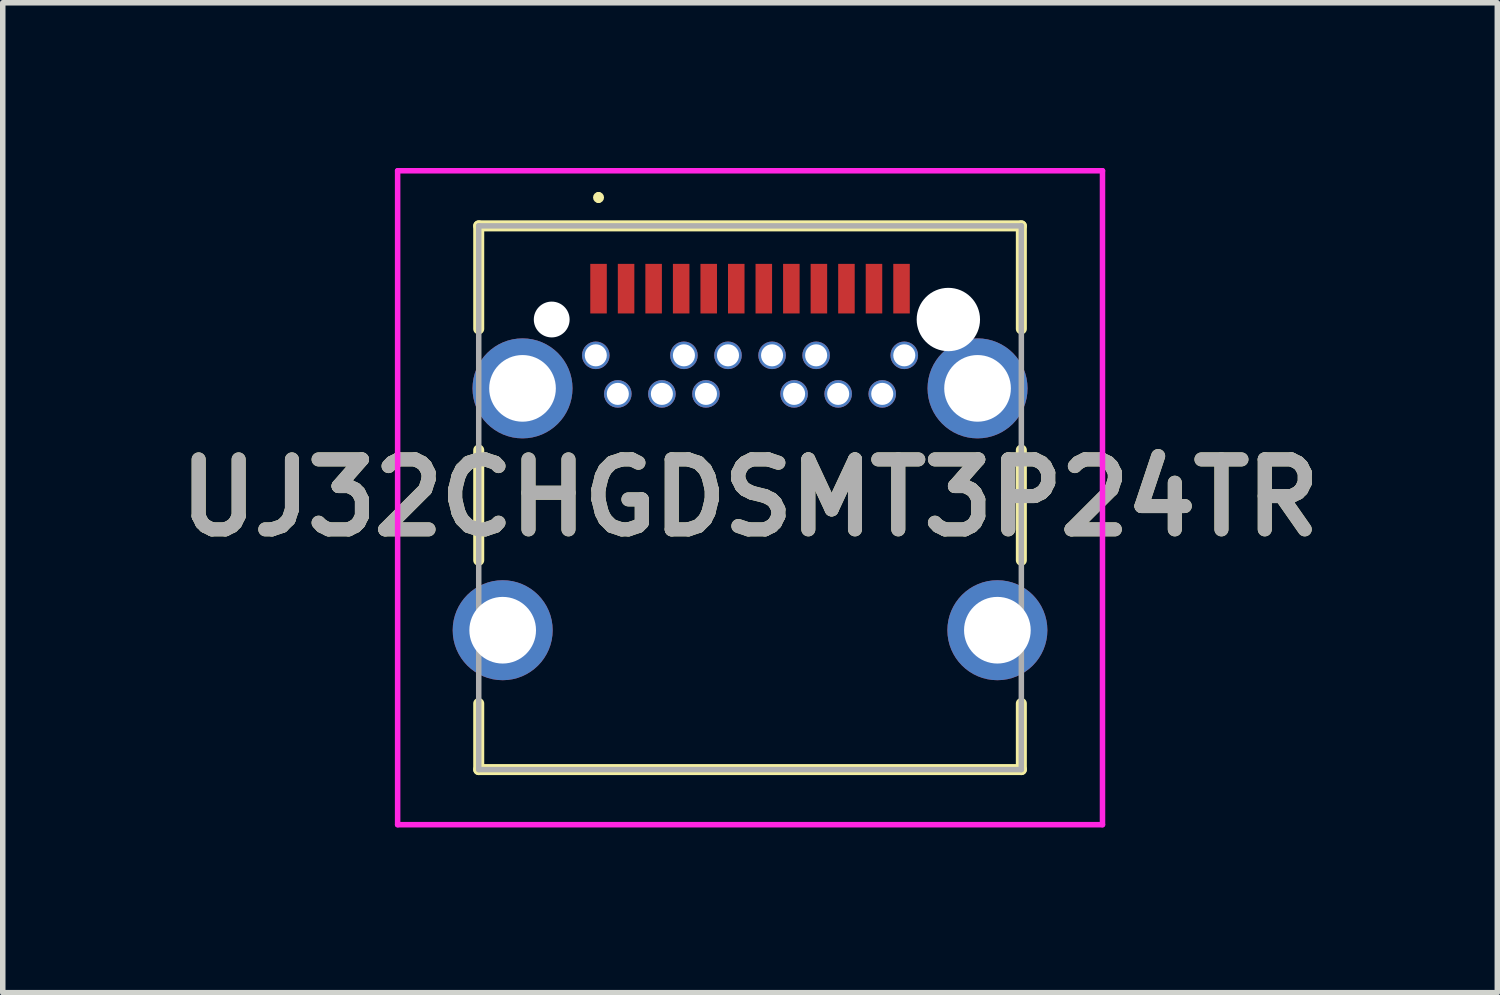
<source format=kicad_pcb>
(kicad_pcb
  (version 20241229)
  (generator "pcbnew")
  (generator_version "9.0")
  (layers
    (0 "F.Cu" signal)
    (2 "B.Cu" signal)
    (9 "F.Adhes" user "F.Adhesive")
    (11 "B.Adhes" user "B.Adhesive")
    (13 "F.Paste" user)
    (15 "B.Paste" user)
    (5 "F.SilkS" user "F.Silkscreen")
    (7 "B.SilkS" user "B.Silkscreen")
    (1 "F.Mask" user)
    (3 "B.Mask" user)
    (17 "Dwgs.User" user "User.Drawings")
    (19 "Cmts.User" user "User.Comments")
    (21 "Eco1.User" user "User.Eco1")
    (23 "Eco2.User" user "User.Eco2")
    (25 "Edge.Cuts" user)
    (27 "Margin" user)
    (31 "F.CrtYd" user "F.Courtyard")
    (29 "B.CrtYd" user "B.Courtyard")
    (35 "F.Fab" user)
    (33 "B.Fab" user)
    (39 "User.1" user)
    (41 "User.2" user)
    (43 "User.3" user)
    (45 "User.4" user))
  (footprint "UJ32CHGDSMT3P24TR"
    (layer "F.Cu")
    (at 10.565 5.985)
    (property "Reference" "UJ32CHGDSMT3P24TR" (at 0 0 0) (layer "F.SilkS") (effects (font (size 1.27 1.27) (thickness 0.254))))
    (attr through_hole)
    (fp_line (start -4.925 -4.935) (end 4.925 -4.935) (stroke (width 0.2) (type solid)) (layer "F.SilkS"))
    (fp_line (start -4.925 -3.065) (end -4.925 -4.935) (stroke (width 0.2) (type solid)) (layer "F.SilkS"))
    (fp_line (start -4.925 -0.865) (end -4.925 1.135) (stroke (width 0.2) (type solid)) (layer "F.SilkS"))
    (fp_line (start -4.925 4.935) (end -4.925 3.735) (stroke (width 0.2) (type solid)) (layer "F.SilkS"))
    (fp_line (start -2.75 -5.5) (end -2.75 -5.5) (stroke (width 0.1) (type solid)) (layer "F.SilkS"))
    (fp_line (start -2.75 -5.4) (end -2.75 -5.4) (stroke (width 0.1) (type solid)) (layer "F.SilkS"))
    (fp_line (start 4.925 -4.935) (end 4.925 -3.065) (stroke (width 0.2) (type solid)) (layer "F.SilkS"))
    (fp_line (start 4.925 -0.865) (end 4.925 1.135) (stroke (width 0.2) (type solid)) (layer "F.SilkS"))
    (fp_line (start 4.925 3.735) (end 4.925 4.935) (stroke (width 0.2) (type solid)) (layer "F.SilkS"))
    (fp_line (start 4.925 4.935) (end -4.925 4.935) (stroke (width 0.2) (type solid)) (layer "F.SilkS"))
    (fp_arc (start -2.75 -5.5) (mid -2.7 -5.45) (end -2.75 -5.4) (stroke (width 0.1) (type solid)) (layer "F.SilkS"))
    (fp_arc (start -2.75 -5.4) (mid -2.8 -5.45) (end -2.75 -5.5) (stroke (width 0.1) (type solid)) (layer "F.SilkS"))
    (fp_line (start -6.397 -5.935) (end 6.398 -5.935) (stroke (width 0.1) (type solid)) (layer "F.CrtYd"))
    (fp_line (start -6.397 5.935) (end -6.397 -5.935) (stroke (width 0.1) (type solid)) (layer "F.CrtYd"))
    (fp_line (start 6.398 -5.935) (end 6.398 5.935) (stroke (width 0.1) (type solid)) (layer "F.CrtYd"))
    (fp_line (start 6.398 5.935) (end -6.397 5.935) (stroke (width 0.1) (type solid)) (layer "F.CrtYd"))
    (fp_line (start -4.925 -4.935) (end 4.925 -4.935) (stroke (width 0.1) (type solid)) (layer "F.Fab"))
    (fp_line (start -4.925 4.935) (end -4.925 -4.935) (stroke (width 0.1) (type solid)) (layer "F.Fab"))
    (fp_line (start 4.925 -4.935) (end 4.925 4.935) (stroke (width 0.1) (type solid)) (layer "F.Fab"))
    (fp_line (start 4.925 4.935) (end -4.925 4.935) (stroke (width 0.1) (type solid)) (layer "F.Fab"))
    (fp_text user "${REFERENCE}" (at 0 0 0) (layer "F.Fab") (effects (font (size 1.27 1.27) (thickness 0.254))))
    (pad "" np_thru_hole circle (at -3.6 -3.235) (size 0.65 0.65) (drill 0.65) (layers "*.Cu" "*.Mask"))
    (pad "" np_thru_hole circle (at 3.6 -3.235) (size 1.15 1.15) (drill 1.15) (layers "*.Cu" "*.Mask"))
    (pad "3" thru_hole circle (at -4.13 -1.985) (size 1.815 1.815) (drill 1.21) (layers "*.Cu" "*.Mask"))
    (pad "4" thru_hole circle (at 4.13 -1.985) (size 1.815 1.815) (drill 1.21) (layers "*.Cu" "*.Mask"))
    (pad "5" thru_hole circle (at -4.49 2.405) (size 1.815 1.815) (drill 1.21) (layers "*.Cu" "*.Mask"))
    (pad "6" thru_hole circle (at 4.49 2.405) (size 1.815 1.815) (drill 1.21) (layers "*.Cu" "*.Mask"))
    (pad "A1" smd rect (at -2.75 -3.795) (size 0.3 0.9) (layers "F.Cu" "F.Mask" "F.Paste"))
    (pad "A2" smd rect (at -2.25 -3.795) (size 0.3 0.9) (layers "F.Cu" "F.Mask" "F.Paste"))
    (pad "A3" smd rect (at -1.75 -3.795) (size 0.3 0.9) (layers "F.Cu" "F.Mask" "F.Paste"))
    (pad "A4" smd rect (at -1.25 -3.795) (size 0.3 0.9) (layers "F.Cu" "F.Mask" "F.Paste"))
    (pad "A5" smd rect (at -0.75 -3.795) (size 0.3 0.9) (layers "F.Cu" "F.Mask" "F.Paste"))
    (pad "A6" smd rect (at -0.25 -3.795) (size 0.3 0.9) (layers "F.Cu" "F.Mask" "F.Paste"))
    (pad "A7" smd rect (at 0.25 -3.795) (size 0.3 0.9) (layers "F.Cu" "F.Mask" "F.Paste"))
    (pad "A8" smd rect (at 0.75 -3.795) (size 0.3 0.9) (layers "F.Cu" "F.Mask" "F.Paste"))
    (pad "A9" smd rect (at 1.25 -3.795) (size 0.3 0.9) (layers "F.Cu" "F.Mask" "F.Paste"))
    (pad "A10" smd rect (at 1.75 -3.795) (size 0.3 0.9) (layers "F.Cu" "F.Mask" "F.Paste"))
    (pad "A11" smd rect (at 2.25 -3.795) (size 0.3 0.9) (layers "F.Cu" "F.Mask" "F.Paste"))
    (pad "A12" smd rect (at 2.75 -3.795) (size 0.3 0.9) (layers "F.Cu" "F.Mask" "F.Paste"))
    (pad "B1" thru_hole circle (at 2.8 -2.585) (size 0.5 0.5) (drill 0.4) (layers "*.Cu" "*.Mask"))
    (pad "B2" thru_hole circle (at 2.4 -1.885) (size 0.5 0.5) (drill 0.4) (layers "*.Cu" "*.Mask"))
    (pad "B3" thru_hole circle (at 1.6 -1.885) (size 0.5 0.5) (drill 0.4) (layers "*.Cu" "*.Mask"))
    (pad "B4" thru_hole circle (at 1.2 -2.585) (size 0.5 0.5) (drill 0.4) (layers "*.Cu" "*.Mask"))
    (pad "B5" thru_hole circle (at 0.8 -1.885) (size 0.5 0.5) (drill 0.4) (layers "*.Cu" "*.Mask"))
    (pad "B6" thru_hole circle (at 0.4 -2.585) (size 0.5 0.5) (drill 0.4) (layers "*.Cu" "*.Mask"))
    (pad "B7" thru_hole circle (at -0.4 -2.585) (size 0.5 0.5) (drill 0.4) (layers "*.Cu" "*.Mask"))
    (pad "B8" thru_hole circle (at -0.8 -1.885) (size 0.5 0.5) (drill 0.4) (layers "*.Cu" "*.Mask"))
    (pad "B9" thru_hole circle (at -1.2 -2.585) (size 0.5 0.5) (drill 0.4) (layers "*.Cu" "*.Mask"))
    (pad "B10" thru_hole circle (at -1.6 -1.885) (size 0.5 0.5) (drill 0.4) (layers "*.Cu" "*.Mask"))
    (pad "B11" thru_hole circle (at -2.4 -1.885) (size 0.5 0.5) (drill 0.4) (layers "*.Cu" "*.Mask"))
    (pad "B12" thru_hole circle (at -2.8 -2.585) (size 0.5 0.5) (drill 0.4) (layers "*.Cu" "*.Mask")))
  (gr_rect
    (start -3 -3)
    (end 24.13 14.97)
    (stroke (width 0.1) (type default))
    (fill no)
    (layer "Edge.Cuts")))
</source>
